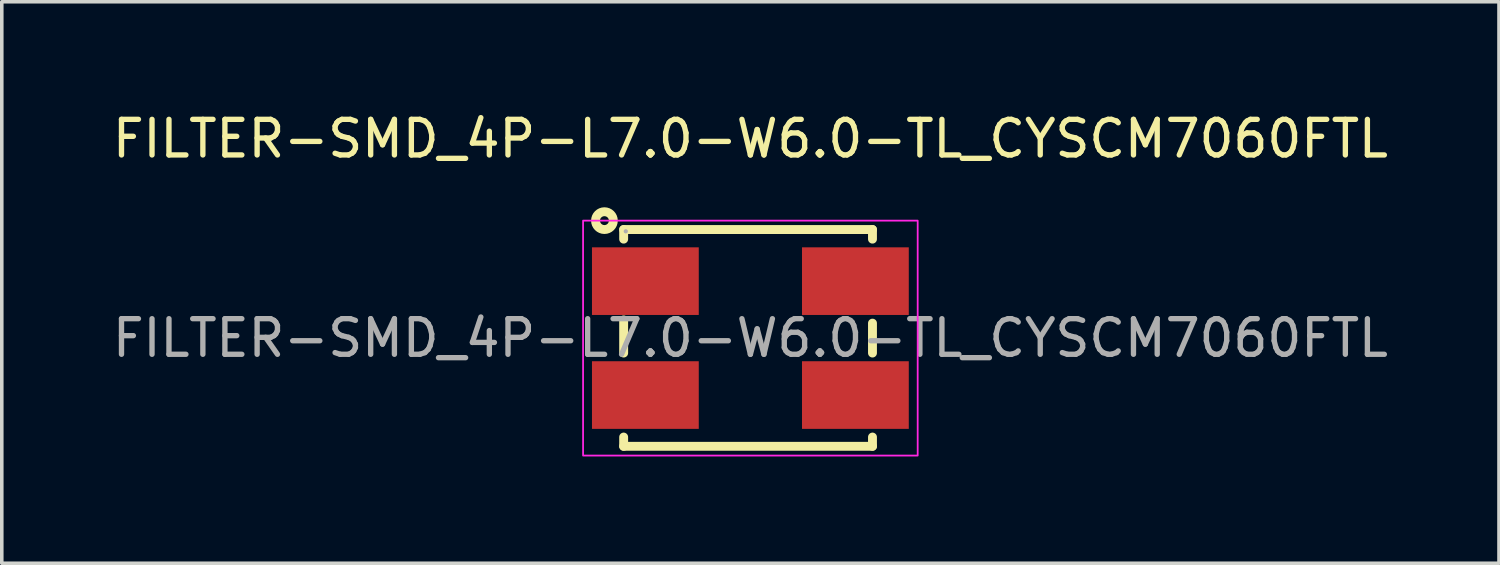
<source format=kicad_pcb>
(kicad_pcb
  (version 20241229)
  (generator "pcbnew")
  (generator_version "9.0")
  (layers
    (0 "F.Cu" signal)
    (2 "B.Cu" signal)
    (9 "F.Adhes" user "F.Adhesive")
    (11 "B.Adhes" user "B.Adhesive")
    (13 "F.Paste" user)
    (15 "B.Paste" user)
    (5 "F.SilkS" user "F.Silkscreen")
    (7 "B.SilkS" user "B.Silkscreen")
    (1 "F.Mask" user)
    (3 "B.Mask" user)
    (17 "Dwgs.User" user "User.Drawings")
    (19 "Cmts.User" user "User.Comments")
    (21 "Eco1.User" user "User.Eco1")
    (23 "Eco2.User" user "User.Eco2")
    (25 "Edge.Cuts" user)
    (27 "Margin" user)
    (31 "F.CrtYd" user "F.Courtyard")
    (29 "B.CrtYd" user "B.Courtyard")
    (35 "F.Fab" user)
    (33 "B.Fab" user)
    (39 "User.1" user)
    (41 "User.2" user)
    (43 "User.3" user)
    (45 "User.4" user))
  (footprint "FILTER-SMD_4P-L7.0-W6.0-TL_CYSCM7060FTL"
    (layer "F.Cu")
    (at 18.03 6.448)
    (property "Reference" "FILTER-SMD_4P-L7.0-W6.0-TL_CYSCM7060FTL" (at 0 -5.6 0) (layer "F.SilkS") (effects (font (size 1 1) (thickness 0.15))))
    (attr smd)
    (fp_line (start -3.56 -3.05) (end 3.43 -3.05) (stroke (width 0.25) (type solid)) (layer "F.SilkS"))
    (fp_line (start -3.56 -2.78) (end -3.56 -3.05) (stroke (width 0.25) (type solid)) (layer "F.SilkS"))
    (fp_line (start -3.56 0.42) (end -3.56 -0.51) (stroke (width 0.25) (type solid)) (layer "F.SilkS"))
    (fp_line (start -3.56 3.04) (end -3.56 2.78) (stroke (width 0.25) (type solid)) (layer "F.SilkS"))
    (fp_line (start 3.43 -3.05) (end 3.43 -2.78) (stroke (width 0.25) (type solid)) (layer "F.SilkS"))
    (fp_line (start 3.43 -0.42) (end 3.43 0.42) (stroke (width 0.25) (type solid)) (layer "F.SilkS"))
    (fp_line (start 3.43 2.78) (end 3.43 3.04) (stroke (width 0.25) (type solid)) (layer "F.SilkS"))
    (fp_line (start 3.43 3.04) (end -3.56 3.04) (stroke (width 0.25) (type solid)) (layer "F.SilkS"))
    (fp_circle (center -4.1 -3.3) (end -3.85 -3.3) (stroke (width 0.25) (type solid)) (fill no) (layer "F.SilkS"))
    (fp_rect (start -4.7 -3.3) (end 4.7 3.3) (stroke (width 0.05) (type default)) (fill no) (layer "F.CrtYd"))
    (fp_circle (center -3.5 -3) (end -3.47 -3) (stroke (width 0.06) (type solid)) (fill no) (layer "F.Fab"))
    (fp_text user "${REFERENCE}" (at 0 0 0) (layer "F.Fab") (effects (font (size 1 1) (thickness 0.15))))
    (pad "1" smd rect (at -2.95 -1.6 90) (size 1.9 3) (layers "F.Cu" "F.Mask" "F.Paste"))
    (pad "2" smd rect (at -2.95 1.6 90) (size 1.9 3) (layers "F.Cu" "F.Mask" "F.Paste"))
    (pad "3" smd rect (at 2.95 1.6 90) (size 1.9 3) (layers "F.Cu" "F.Mask" "F.Paste"))
    (pad "4" smd rect (at 2.95 -1.6 90) (size 1.9 3) (layers "F.Cu" "F.Mask" "F.Paste")))
  (gr_rect
    (start -3 -3)
    (end 39.06 12.773)
    (stroke (width 0.1) (type default))
    (fill no)
    (layer "Edge.Cuts")))
</source>
